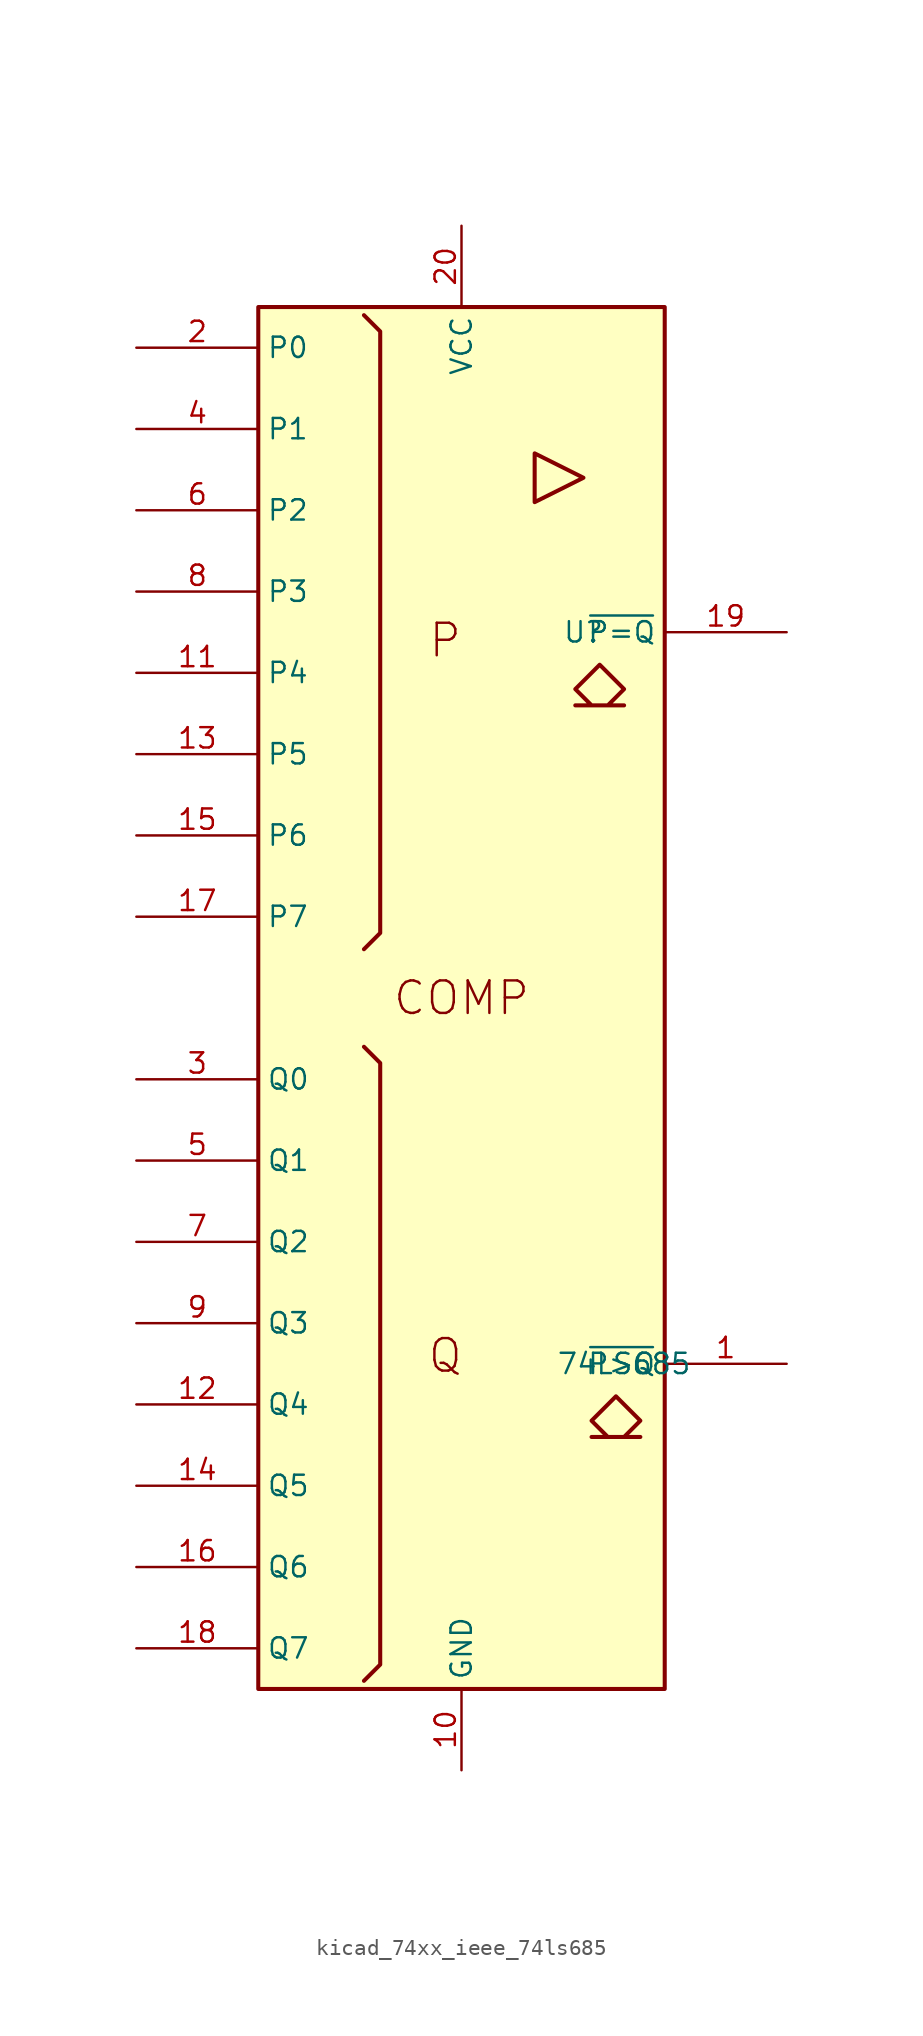
<source format=kicad_sym>
(kicad_symbol_lib
  (version 20220914)
  (generator kicad_symbol_editor)
  (symbol "kicad_74xx_ieee_74ls685"
    (property "Reference" "U"
      (at 7.62 22.86 0)
      (effects (font (size 1.27 1.27))))
    (property "Value" "74LS685"
      (at 10.16 -22.86 0)
      (effects (font (size 1.27 1.27))))
    (symbol "kicad_74xx_ieee_74ls685_0_0"
      (polyline (pts (xy 4.572 34.036) (xy 4.572 30.988) (xy 7.62 32.512) (xy 4.572 34.036) (xy 4.572 34.036)) (stroke (width 0.254) (type default)) (fill (type background)))
      (polyline (pts (xy 8.636 20.828) (xy 10.16 19.304) (xy 9.144 18.288) (xy 10.16 18.288) (xy 7.112 18.288) (xy 8.128 18.288) (xy 7.112 19.304) (xy 8.636 20.828) (xy 8.636 20.828)) (stroke (width 0.254) (type default)) (fill (type background)))
      (polyline (pts (xy 9.652 -24.892) (xy 11.176 -26.416) (xy 10.16 -27.432) (xy 11.176 -27.432) (xy 8.128 -27.432) (xy 9.144 -27.432) (xy 8.128 -26.416) (xy 9.652 -24.892) (xy 9.652 -24.892)) (stroke (width 0.254) (type default)) (fill (type background)))
      (text "COMP" (at 0 0 0) (effects (font (size 2.032 2.032))))
      (text "P" (at -1.016 22.352 0) (effects (font (size 2.032 2.032))))
      (text "Q" (at -1.016 -22.352 0) (effects (font (size 2.032 2.032)))))
    (symbol "kicad_74xx_ieee_74ls685_0_1"
      (rectangle (start -12.7 43.18) (end 12.7 -43.18) (stroke (width 0.254) (type default)) (fill (type background)))
      (polyline (pts (xy -6.096 -3.048) (xy -5.08 -4.064) (xy -5.08 -41.656) (xy -6.096 -42.672) (xy -6.096 -42.672)) (stroke (width 0.254) (type default)) (fill (type background)))
      (polyline (pts (xy -6.096 42.672) (xy -5.08 41.656) (xy -5.08 4.064) (xy -6.096 3.048) (xy -6.096 3.048)) (stroke (width 0.254) (type default)) (fill (type background))))
    (symbol "kicad_74xx_ieee_74ls685_1_1"
      (pin output line (at 20.32 -22.86 180) (length 7.62) (name "~{P>Q}" (effects (font (size 1.27 1.27)))) (number "1" (effects (font (size 1.27 1.27)))))
      (pin power_in line (at 0 -48.26 90) (length 5.08) (name "GND" (effects (font (size 1.27 1.27)))) (number "10" (effects (font (size 1.27 1.27)))))
      (pin input line (at -20.32 20.32 0) (length 7.62) (name "P4" (effects (font (size 1.27 1.27)))) (number "11" (effects (font (size 1.27 1.27)))))
      (pin input line (at -20.32 -25.4 0) (length 7.62) (name "Q4" (effects (font (size 1.27 1.27)))) (number "12" (effects (font (size 1.27 1.27)))))
      (pin input line (at -20.32 15.24 0) (length 7.62) (name "P5" (effects (font (size 1.27 1.27)))) (number "13" (effects (font (size 1.27 1.27)))))
      (pin input line (at -20.32 -30.48 0) (length 7.62) (name "Q5" (effects (font (size 1.27 1.27)))) (number "14" (effects (font (size 1.27 1.27)))))
      (pin input line (at -20.32 10.16 0) (length 7.62) (name "P6" (effects (font (size 1.27 1.27)))) (number "15" (effects (font (size 1.27 1.27)))))
      (pin input line (at -20.32 -35.56 0) (length 7.62) (name "Q6" (effects (font (size 1.27 1.27)))) (number "16" (effects (font (size 1.27 1.27)))))
      (pin input line (at -20.32 5.08 0) (length 7.62) (name "P7" (effects (font (size 1.27 1.27)))) (number "17" (effects (font (size 1.27 1.27)))))
      (pin input line (at -20.32 -40.64 0) (length 7.62) (name "Q7" (effects (font (size 1.27 1.27)))) (number "18" (effects (font (size 1.27 1.27)))))
      (pin output line (at 20.32 22.86 180) (length 7.62) (name "~{P=Q}" (effects (font (size 1.27 1.27)))) (number "19" (effects (font (size 1.27 1.27)))))
      (pin input line (at -20.32 40.64 0) (length 7.62) (name "P0" (effects (font (size 1.27 1.27)))) (number "2" (effects (font (size 1.27 1.27)))))
      (pin power_in line (at 0 48.26 270) (length 5.08) (name "VCC" (effects (font (size 1.27 1.27)))) (number "20" (effects (font (size 1.27 1.27)))))
      (pin input line (at -20.32 -5.08 0) (length 7.62) (name "Q0" (effects (font (size 1.27 1.27)))) (number "3" (effects (font (size 1.27 1.27)))))
      (pin input line (at -20.32 35.56 0) (length 7.62) (name "P1" (effects (font (size 1.27 1.27)))) (number "4" (effects (font (size 1.27 1.27)))))
      (pin input line (at -20.32 -10.16 0) (length 7.62) (name "Q1" (effects (font (size 1.27 1.27)))) (number "5" (effects (font (size 1.27 1.27)))))
      (pin input line (at -20.32 30.48 0) (length 7.62) (name "P2" (effects (font (size 1.27 1.27)))) (number "6" (effects (font (size 1.27 1.27)))))
      (pin input line (at -20.32 -15.24 0) (length 7.62) (name "Q2" (effects (font (size 1.27 1.27)))) (number "7" (effects (font (size 1.27 1.27)))))
      (pin input line (at -20.32 25.4 0) (length 7.62) (name "P3" (effects (font (size 1.27 1.27)))) (number "8" (effects (font (size 1.27 1.27)))))
      (pin input line (at -20.32 -20.32 0) (length 7.62) (name "Q3" (effects (font (size 1.27 1.27)))) (number "9" (effects (font (size 1.27 1.27))))))))
</source>
